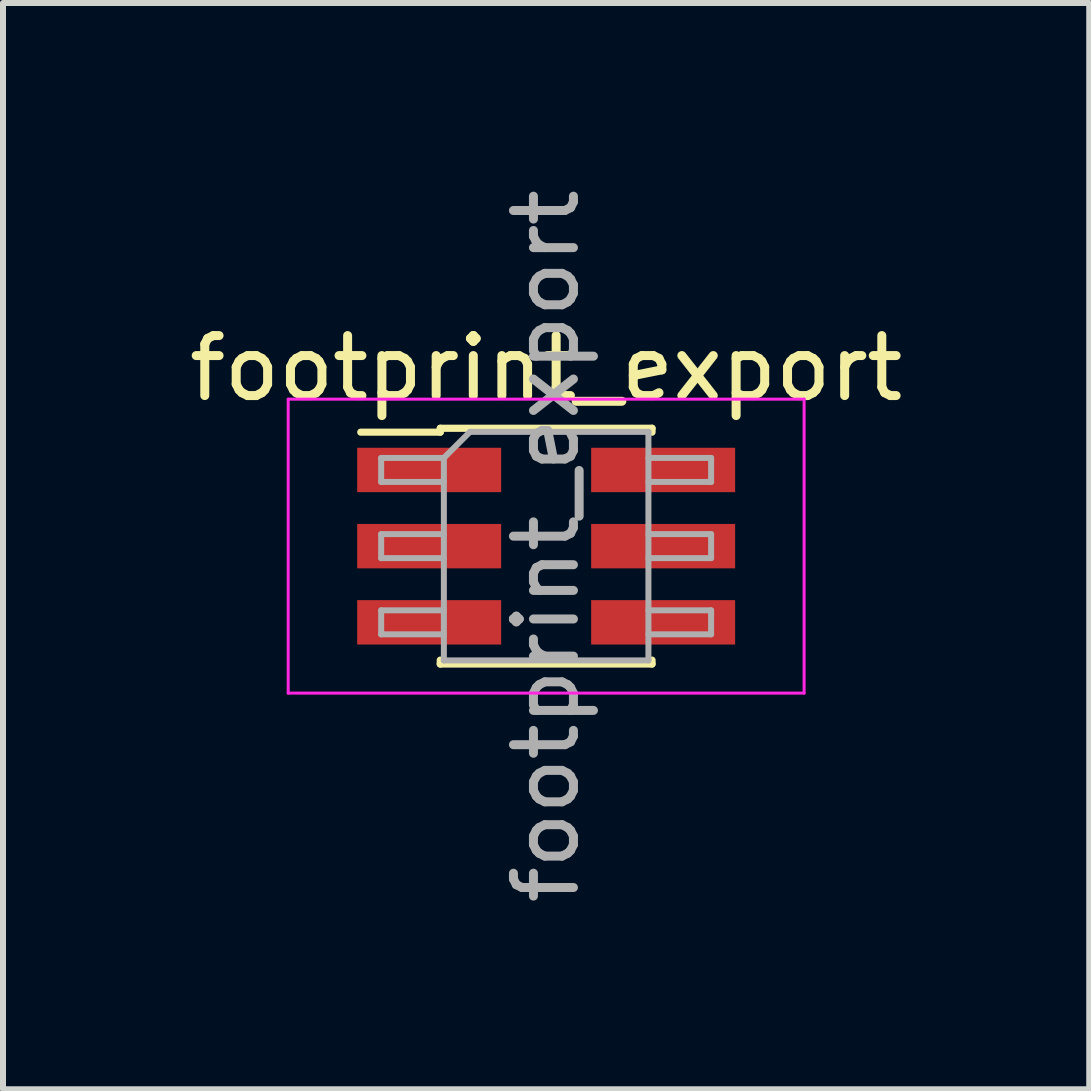
<source format=kicad_pcb>
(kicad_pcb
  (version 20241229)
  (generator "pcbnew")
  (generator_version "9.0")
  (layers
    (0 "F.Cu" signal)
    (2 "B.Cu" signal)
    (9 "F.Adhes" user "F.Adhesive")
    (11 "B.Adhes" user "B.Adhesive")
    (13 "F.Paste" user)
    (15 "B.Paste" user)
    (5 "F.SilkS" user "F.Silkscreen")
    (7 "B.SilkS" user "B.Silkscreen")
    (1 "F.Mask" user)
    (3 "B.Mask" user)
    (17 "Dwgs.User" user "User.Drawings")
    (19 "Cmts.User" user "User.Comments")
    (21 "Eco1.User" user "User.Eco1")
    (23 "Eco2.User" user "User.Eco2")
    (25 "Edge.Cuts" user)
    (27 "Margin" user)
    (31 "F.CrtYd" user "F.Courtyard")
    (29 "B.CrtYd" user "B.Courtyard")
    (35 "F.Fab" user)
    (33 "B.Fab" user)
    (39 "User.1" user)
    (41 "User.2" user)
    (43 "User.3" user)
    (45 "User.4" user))
  (footprint "footprint_export"
    (layer "F.Cu")
    (at 6.054 6.054)
    (property "Reference" "footprint_export" (at 0 -2.965 0) (layer "F.SilkS") (effects (font (size 1 1) (thickness 0.15))))
    (attr smd)
    (fp_line (start -3.09 -1.9) (end -1.765 -1.9) (stroke (width 0.12) (type solid)) (layer "F.SilkS"))
    (fp_line (start -1.765 -1.965) (end -1.765 -1.9) (stroke (width 0.12) (type solid)) (layer "F.SilkS"))
    (fp_line (start -1.765 -1.965) (end 1.765 -1.965) (stroke (width 0.12) (type solid)) (layer "F.SilkS"))
    (fp_line (start -1.765 1.9) (end -1.765 1.965) (stroke (width 0.12) (type solid)) (layer "F.SilkS"))
    (fp_line (start -1.765 1.965) (end 1.765 1.965) (stroke (width 0.12) (type solid)) (layer "F.SilkS"))
    (fp_line (start 1.765 -1.965) (end 1.765 -1.9) (stroke (width 0.12) (type solid)) (layer "F.SilkS"))
    (fp_line (start 1.765 1.9) (end 1.765 1.965) (stroke (width 0.12) (type solid)) (layer "F.SilkS"))
    (fp_line (start -4.3 -2.45) (end -4.3 2.45) (stroke (width 0.05) (type solid)) (layer "F.CrtYd"))
    (fp_line (start -4.3 2.45) (end 4.3 2.45) (stroke (width 0.05) (type solid)) (layer "F.CrtYd"))
    (fp_line (start 4.3 -2.45) (end -4.3 -2.45) (stroke (width 0.05) (type solid)) (layer "F.CrtYd"))
    (fp_line (start 4.3 2.45) (end 4.3 -2.45) (stroke (width 0.05) (type solid)) (layer "F.CrtYd"))
    (fp_line (start -2.75 -1.47) (end -2.75 -1.07) (stroke (width 0.1) (type solid)) (layer "F.Fab"))
    (fp_line (start -2.75 -1.07) (end -1.705 -1.07) (stroke (width 0.1) (type solid)) (layer "F.Fab"))
    (fp_line (start -2.75 -0.2) (end -2.75 0.2) (stroke (width 0.1) (type solid)) (layer "F.Fab"))
    (fp_line (start -2.75 0.2) (end -1.705 0.2) (stroke (width 0.1) (type solid)) (layer "F.Fab"))
    (fp_line (start -2.75 1.07) (end -2.75 1.47) (stroke (width 0.1) (type solid)) (layer "F.Fab"))
    (fp_line (start -2.75 1.47) (end -1.705 1.47) (stroke (width 0.1) (type solid)) (layer "F.Fab"))
    (fp_line (start -1.705 -1.47) (end -2.75 -1.47) (stroke (width 0.1) (type solid)) (layer "F.Fab"))
    (fp_line (start -1.705 -1.47) (end -1.27 -1.905) (stroke (width 0.1) (type solid)) (layer "F.Fab"))
    (fp_line (start -1.705 -0.2) (end -2.75 -0.2) (stroke (width 0.1) (type solid)) (layer "F.Fab"))
    (fp_line (start -1.705 1.07) (end -2.75 1.07) (stroke (width 0.1) (type solid)) (layer "F.Fab"))
    (fp_line (start -1.705 1.905) (end -1.705 -1.47) (stroke (width 0.1) (type solid)) (layer "F.Fab"))
    (fp_line (start -1.27 -1.905) (end 1.705 -1.905) (stroke (width 0.1) (type solid)) (layer "F.Fab"))
    (fp_line (start 1.705 -1.905) (end 1.705 1.905) (stroke (width 0.1) (type solid)) (layer "F.Fab"))
    (fp_line (start 1.705 -1.47) (end 2.75 -1.47) (stroke (width 0.1) (type solid)) (layer "F.Fab"))
    (fp_line (start 1.705 -0.2) (end 2.75 -0.2) (stroke (width 0.1) (type solid)) (layer "F.Fab"))
    (fp_line (start 1.705 1.07) (end 2.75 1.07) (stroke (width 0.1) (type solid)) (layer "F.Fab"))
    (fp_line (start 1.705 1.905) (end -1.705 1.905) (stroke (width 0.1) (type solid)) (layer "F.Fab"))
    (fp_line (start 2.75 -1.47) (end 2.75 -1.07) (stroke (width 0.1) (type solid)) (layer "F.Fab"))
    (fp_line (start 2.75 -1.07) (end 1.705 -1.07) (stroke (width 0.1) (type solid)) (layer "F.Fab"))
    (fp_line (start 2.75 -0.2) (end 2.75 0.2) (stroke (width 0.1) (type solid)) (layer "F.Fab"))
    (fp_line (start 2.75 0.2) (end 1.705 0.2) (stroke (width 0.1) (type solid)) (layer "F.Fab"))
    (fp_line (start 2.75 1.07) (end 2.75 1.47) (stroke (width 0.1) (type solid)) (layer "F.Fab"))
    (fp_line (start 2.75 1.47) (end 1.705 1.47) (stroke (width 0.1) (type solid)) (layer "F.Fab"))
    (fp_text user "${REFERENCE}" (at 0 0 90) (layer "F.Fab") (effects (font (size 1 1) (thickness 0.15))))
    (pad "1" smd rect (at -1.95 -1.27) (size 2.4 0.74) (layers "F.Cu" "F.Mask" "F.Paste"))
    (pad "2" smd rect (at 1.95 -1.27) (size 2.4 0.74) (layers "F.Cu" "F.Mask" "F.Paste"))
    (pad "3" smd rect (at -1.95 0) (size 2.4 0.74) (layers "F.Cu" "F.Mask" "F.Paste"))
    (pad "4" smd rect (at 1.95 0) (size 2.4 0.74) (layers "F.Cu" "F.Mask" "F.Paste"))
    (pad "5" smd rect (at -1.95 1.27) (size 2.4 0.74) (layers "F.Cu" "F.Mask" "F.Paste"))
    (pad "6" smd rect (at 1.95 1.27) (size 2.4 0.74) (layers "F.Cu" "F.Mask" "F.Paste")))
  (gr_rect
    (start -3 -3)
    (end 15.107 15.107)
    (stroke (width 0.1) (type default))
    (fill no)
    (layer "Edge.Cuts")))
</source>
